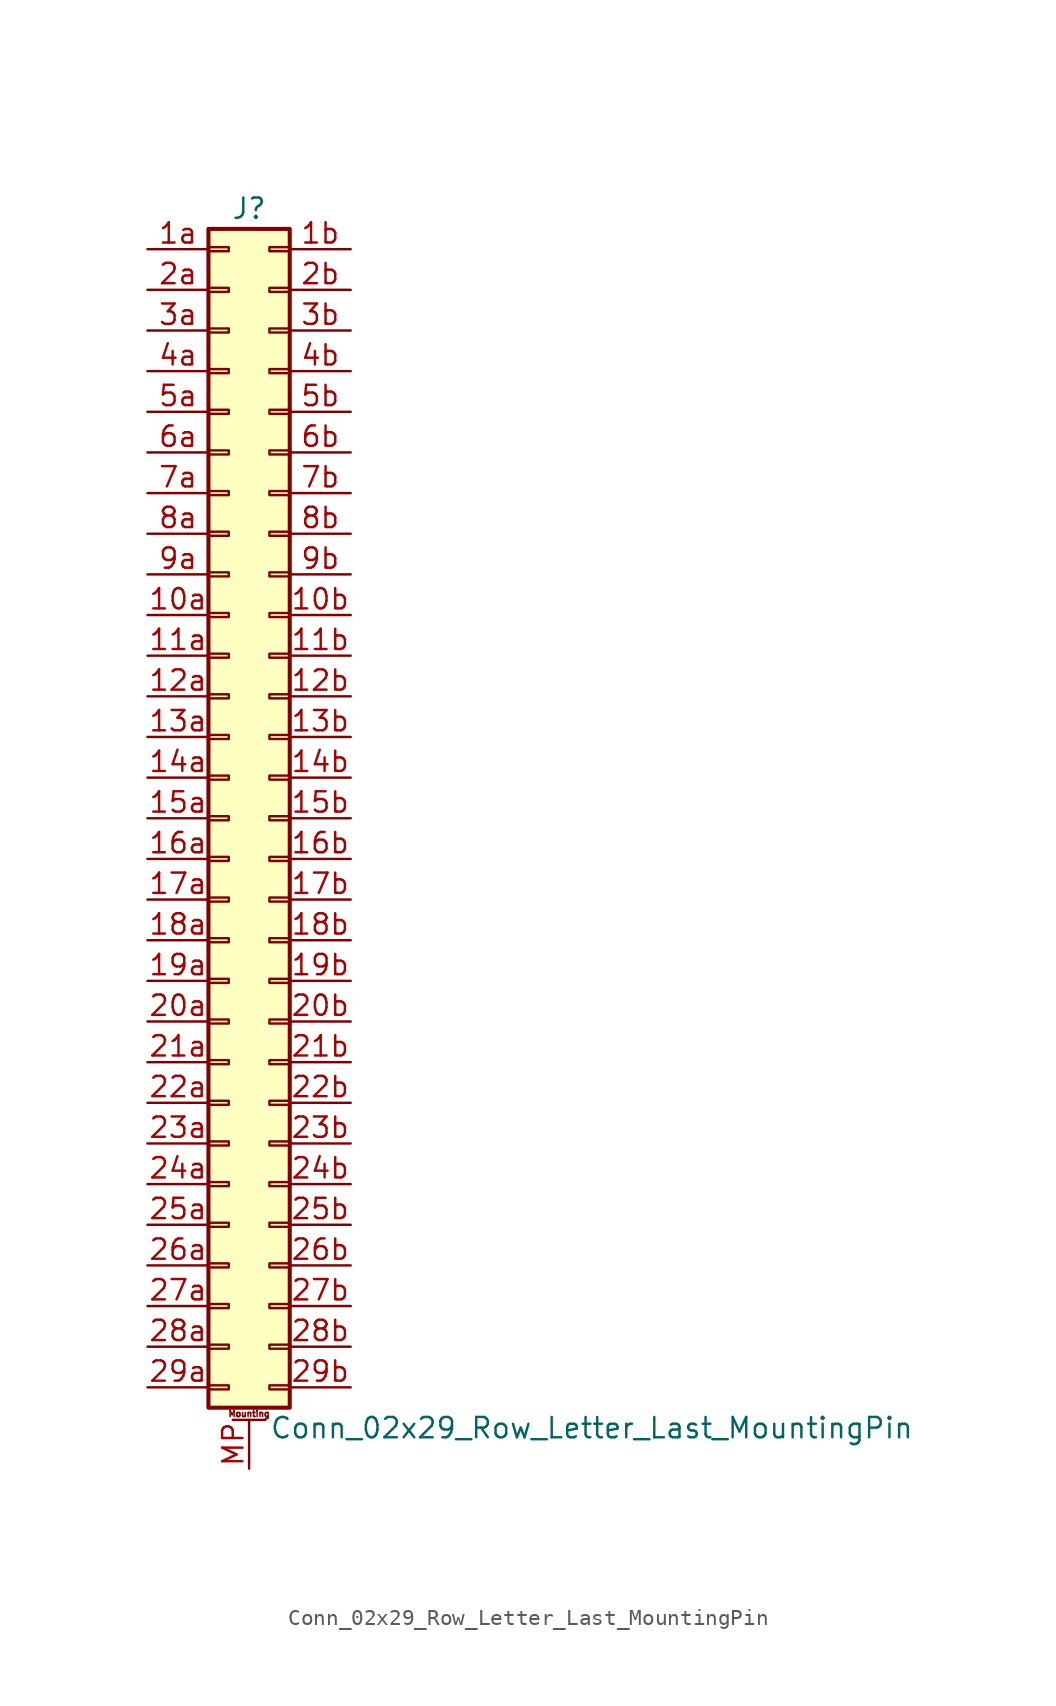
<source format=kicad_sym>
(kicad_symbol_lib
  (version 20201005)
  (generator kicad_symbol_editor)
  (symbol "Connector_Generic_MountingPin:Conn_02x29_Row_Letter_Last_MountingPin"
    (pin_names
      (offset 1.016) hide)
    (property "Reference" "J"
      (at 1.27 38.1 0)
      (effects (font (size 1.27 1.27))))
    (property "Value" "Conn_02x29_Row_Letter_Last_MountingPin"
      (at 2.54 -38.1 0)
      (effects (font (size 1.27 1.27)) (justify left)))
    (symbol "Conn_02x29_Row_Letter_Last_MountingPin_1_1"
      (text "Mounting" (at 1.27 -37.211 0) (effects (font (size 0.381 0.381))))
      (rectangle (start -1.27 -27.813) (end 0 -28.067) (stroke (width 0.152)) (fill (type none)))
      (rectangle (start -1.27 -30.353) (end 0 -30.607) (stroke (width 0.152)) (fill (type none)))
      (rectangle (start -1.27 -32.893) (end 0 -33.147) (stroke (width 0.152)) (fill (type none)))
      (rectangle (start -1.27 -35.433) (end 0 -35.687) (stroke (width 0.152)) (fill (type none)))
      (rectangle (start -1.27 -4.953) (end 0 -5.207) (stroke (width 0.152)) (fill (type none)))
      (rectangle (start -1.27 -7.493) (end 0 -7.747) (stroke (width 0.152)) (fill (type none)))
      (rectangle (start -1.27 -10.033) (end 0 -10.287) (stroke (width 0.152)) (fill (type none)))
      (rectangle (start -1.27 -12.573) (end 0 -12.827) (stroke (width 0.152)) (fill (type none)))
      (rectangle (start -1.27 -15.113) (end 0 -15.367) (stroke (width 0.152)) (fill (type none)))
      (rectangle (start -1.27 -17.653) (end 0 -17.907) (stroke (width 0.152)) (fill (type none)))
      (rectangle (start -1.27 -20.193) (end 0 -20.447) (stroke (width 0.152)) (fill (type none)))
      (rectangle (start -1.27 -22.733) (end 0 -22.987) (stroke (width 0.152)) (fill (type none)))
      (rectangle (start -1.27 -2.413) (end 0 -2.667) (stroke (width 0.152)) (fill (type none)))
      (rectangle (start -1.27 -25.273) (end 0 -25.527) (stroke (width 0.152)) (fill (type none)))
      (rectangle (start -1.27 25.527) (end 0 25.273) (stroke (width 0.152)) (fill (type none)))
      (rectangle (start -1.27 2.667) (end 0 2.413) (stroke (width 0.152)) (fill (type none)))
      (rectangle (start -1.27 28.067) (end 0 27.813) (stroke (width 0.152)) (fill (type none)))
      (rectangle (start -1.27 30.607) (end 0 30.353) (stroke (width 0.152)) (fill (type none)))
      (rectangle (start -1.27 33.147) (end 0 32.893) (stroke (width 0.152)) (fill (type none)))
      (rectangle (start -1.27 35.687) (end 0 35.433) (stroke (width 0.152)) (fill (type none)))
      (rectangle (start -1.27 36.83) (end 3.81 -36.83) (stroke (width 0.254)) (fill (type background)))
      (rectangle (start -1.27 5.207) (end 0 4.953) (stroke (width 0.152)) (fill (type none)))
      (rectangle (start -1.27 7.747) (end 0 7.493) (stroke (width 0.152)) (fill (type none)))
      (rectangle (start -1.27 10.287) (end 0 10.033) (stroke (width 0.152)) (fill (type none)))
      (rectangle (start -1.27 0.127) (end 0 -0.127) (stroke (width 0.152)) (fill (type none)))
      (rectangle (start -1.27 12.827) (end 0 12.573) (stroke (width 0.152)) (fill (type none)))
      (rectangle (start -1.27 15.367) (end 0 15.113) (stroke (width 0.152)) (fill (type none)))
      (rectangle (start -1.27 17.907) (end 0 17.653) (stroke (width 0.152)) (fill (type none)))
      (rectangle (start -1.27 20.447) (end 0 20.193) (stroke (width 0.152)) (fill (type none)))
      (rectangle (start -1.27 22.987) (end 0 22.733) (stroke (width 0.152)) (fill (type none)))
      (rectangle (start 3.81 -27.813) (end 2.54 -28.067) (stroke (width 0.152)) (fill (type none)))
      (rectangle (start 3.81 -30.353) (end 2.54 -30.607) (stroke (width 0.152)) (fill (type none)))
      (rectangle (start 3.81 -32.893) (end 2.54 -33.147) (stroke (width 0.152)) (fill (type none)))
      (rectangle (start 3.81 -35.433) (end 2.54 -35.687) (stroke (width 0.152)) (fill (type none)))
      (rectangle (start 3.81 -4.953) (end 2.54 -5.207) (stroke (width 0.152)) (fill (type none)))
      (rectangle (start 3.81 -7.493) (end 2.54 -7.747) (stroke (width 0.152)) (fill (type none)))
      (rectangle (start 3.81 -10.033) (end 2.54 -10.287) (stroke (width 0.152)) (fill (type none)))
      (rectangle (start 3.81 -12.573) (end 2.54 -12.827) (stroke (width 0.152)) (fill (type none)))
      (rectangle (start 3.81 -15.113) (end 2.54 -15.367) (stroke (width 0.152)) (fill (type none)))
      (rectangle (start 3.81 -17.653) (end 2.54 -17.907) (stroke (width 0.152)) (fill (type none)))
      (rectangle (start 3.81 -20.193) (end 2.54 -20.447) (stroke (width 0.152)) (fill (type none)))
      (rectangle (start 3.81 -22.733) (end 2.54 -22.987) (stroke (width 0.152)) (fill (type none)))
      (rectangle (start 3.81 -2.413) (end 2.54 -2.667) (stroke (width 0.152)) (fill (type none)))
      (rectangle (start 3.81 -25.273) (end 2.54 -25.527) (stroke (width 0.152)) (fill (type none)))
      (rectangle (start 3.81 25.527) (end 2.54 25.273) (stroke (width 0.152)) (fill (type none)))
      (rectangle (start 3.81 2.667) (end 2.54 2.413) (stroke (width 0.152)) (fill (type none)))
      (rectangle (start 3.81 28.067) (end 2.54 27.813) (stroke (width 0.152)) (fill (type none)))
      (rectangle (start 3.81 30.607) (end 2.54 30.353) (stroke (width 0.152)) (fill (type none)))
      (rectangle (start 3.81 33.147) (end 2.54 32.893) (stroke (width 0.152)) (fill (type none)))
      (rectangle (start 3.81 35.687) (end 2.54 35.433) (stroke (width 0.152)) (fill (type none)))
      (rectangle (start 3.81 5.207) (end 2.54 4.953) (stroke (width 0.152)) (fill (type none)))
      (rectangle (start 3.81 7.747) (end 2.54 7.493) (stroke (width 0.152)) (fill (type none)))
      (rectangle (start 3.81 10.287) (end 2.54 10.033) (stroke (width 0.152)) (fill (type none)))
      (rectangle (start 3.81 0.127) (end 2.54 -0.127) (stroke (width 0.152)) (fill (type none)))
      (rectangle (start 3.81 12.827) (end 2.54 12.573) (stroke (width 0.152)) (fill (type none)))
      (rectangle (start 3.81 15.367) (end 2.54 15.113) (stroke (width 0.152)) (fill (type none)))
      (rectangle (start 3.81 17.907) (end 2.54 17.653) (stroke (width 0.152)) (fill (type none)))
      (rectangle (start 3.81 20.447) (end 2.54 20.193) (stroke (width 0.152)) (fill (type none)))
      (rectangle (start 3.81 22.987) (end 2.54 22.733) (stroke (width 0.152)) (fill (type none)))
      (polyline (pts (xy 0.254 -37.592) (xy 2.286 -37.592)) (stroke (width 0.152)) (fill (type none)))
      (pin passive line (at 1.27 -40.64 90) (length 3.048) (name "MountPin" (effects (font (size 1.27 1.27)))) (number "MP" (effects (font (size 1.27 1.27)))))
      (pin passive line (at -5.08 12.7 0) (length 3.81) (name "Pin_10a" (effects (font (size 1.27 1.27)))) (number "10a" (effects (font (size 1.27 1.27)))))
      (pin passive line (at 7.62 12.7 180) (length 3.81) (name "Pin_10b" (effects (font (size 1.27 1.27)))) (number "10b" (effects (font (size 1.27 1.27)))))
      (pin passive line (at -5.08 10.16 0) (length 3.81) (name "Pin_11a" (effects (font (size 1.27 1.27)))) (number "11a" (effects (font (size 1.27 1.27)))))
      (pin passive line (at 7.62 10.16 180) (length 3.81) (name "Pin_11b" (effects (font (size 1.27 1.27)))) (number "11b" (effects (font (size 1.27 1.27)))))
      (pin passive line (at -5.08 7.62 0) (length 3.81) (name "Pin_12a" (effects (font (size 1.27 1.27)))) (number "12a" (effects (font (size 1.27 1.27)))))
      (pin passive line (at 7.62 7.62 180) (length 3.81) (name "Pin_12b" (effects (font (size 1.27 1.27)))) (number "12b" (effects (font (size 1.27 1.27)))))
      (pin passive line (at -5.08 5.08 0) (length 3.81) (name "Pin_13a" (effects (font (size 1.27 1.27)))) (number "13a" (effects (font (size 1.27 1.27)))))
      (pin passive line (at 7.62 5.08 180) (length 3.81) (name "Pin_13b" (effects (font (size 1.27 1.27)))) (number "13b" (effects (font (size 1.27 1.27)))))
      (pin passive line (at -5.08 2.54 0) (length 3.81) (name "Pin_14a" (effects (font (size 1.27 1.27)))) (number "14a" (effects (font (size 1.27 1.27)))))
      (pin passive line (at 7.62 2.54 180) (length 3.81) (name "Pin_14b" (effects (font (size 1.27 1.27)))) (number "14b" (effects (font (size 1.27 1.27)))))
      (pin passive line (at -5.08 0 0) (length 3.81) (name "Pin_15a" (effects (font (size 1.27 1.27)))) (number "15a" (effects (font (size 1.27 1.27)))))
      (pin passive line (at 7.62 0 180) (length 3.81) (name "Pin_15b" (effects (font (size 1.27 1.27)))) (number "15b" (effects (font (size 1.27 1.27)))))
      (pin passive line (at -5.08 -2.54 0) (length 3.81) (name "Pin_16a" (effects (font (size 1.27 1.27)))) (number "16a" (effects (font (size 1.27 1.27)))))
      (pin passive line (at 7.62 -2.54 180) (length 3.81) (name "Pin_16b" (effects (font (size 1.27 1.27)))) (number "16b" (effects (font (size 1.27 1.27)))))
      (pin passive line (at -5.08 -5.08 0) (length 3.81) (name "Pin_17a" (effects (font (size 1.27 1.27)))) (number "17a" (effects (font (size 1.27 1.27)))))
      (pin passive line (at 7.62 -5.08 180) (length 3.81) (name "Pin_17b" (effects (font (size 1.27 1.27)))) (number "17b" (effects (font (size 1.27 1.27)))))
      (pin passive line (at -5.08 -7.62 0) (length 3.81) (name "Pin_18a" (effects (font (size 1.27 1.27)))) (number "18a" (effects (font (size 1.27 1.27)))))
      (pin passive line (at 7.62 -7.62 180) (length 3.81) (name "Pin_18b" (effects (font (size 1.27 1.27)))) (number "18b" (effects (font (size 1.27 1.27)))))
      (pin passive line (at -5.08 -10.16 0) (length 3.81) (name "Pin_19a" (effects (font (size 1.27 1.27)))) (number "19a" (effects (font (size 1.27 1.27)))))
      (pin passive line (at 7.62 -10.16 180) (length 3.81) (name "Pin_19b" (effects (font (size 1.27 1.27)))) (number "19b" (effects (font (size 1.27 1.27)))))
      (pin passive line (at -5.08 35.56 0) (length 3.81) (name "Pin_1a" (effects (font (size 1.27 1.27)))) (number "1a" (effects (font (size 1.27 1.27)))))
      (pin passive line (at 7.62 35.56 180) (length 3.81) (name "Pin_1b" (effects (font (size 1.27 1.27)))) (number "1b" (effects (font (size 1.27 1.27)))))
      (pin passive line (at -5.08 -12.7 0) (length 3.81) (name "Pin_20a" (effects (font (size 1.27 1.27)))) (number "20a" (effects (font (size 1.27 1.27)))))
      (pin passive line (at 7.62 -12.7 180) (length 3.81) (name "Pin_20b" (effects (font (size 1.27 1.27)))) (number "20b" (effects (font (size 1.27 1.27)))))
      (pin passive line (at -5.08 -15.24 0) (length 3.81) (name "Pin_21a" (effects (font (size 1.27 1.27)))) (number "21a" (effects (font (size 1.27 1.27)))))
      (pin passive line (at 7.62 -15.24 180) (length 3.81) (name "Pin_21b" (effects (font (size 1.27 1.27)))) (number "21b" (effects (font (size 1.27 1.27)))))
      (pin passive line (at -5.08 -17.78 0) (length 3.81) (name "Pin_22a" (effects (font (size 1.27 1.27)))) (number "22a" (effects (font (size 1.27 1.27)))))
      (pin passive line (at 7.62 -17.78 180) (length 3.81) (name "Pin_22b" (effects (font (size 1.27 1.27)))) (number "22b" (effects (font (size 1.27 1.27)))))
      (pin passive line (at -5.08 -20.32 0) (length 3.81) (name "Pin_23a" (effects (font (size 1.27 1.27)))) (number "23a" (effects (font (size 1.27 1.27)))))
      (pin passive line (at 7.62 -20.32 180) (length 3.81) (name "Pin_23b" (effects (font (size 1.27 1.27)))) (number "23b" (effects (font (size 1.27 1.27)))))
      (pin passive line (at -5.08 -22.86 0) (length 3.81) (name "Pin_24a" (effects (font (size 1.27 1.27)))) (number "24a" (effects (font (size 1.27 1.27)))))
      (pin passive line (at 7.62 -22.86 180) (length 3.81) (name "Pin_24b" (effects (font (size 1.27 1.27)))) (number "24b" (effects (font (size 1.27 1.27)))))
      (pin passive line (at -5.08 -25.4 0) (length 3.81) (name "Pin_25a" (effects (font (size 1.27 1.27)))) (number "25a" (effects (font (size 1.27 1.27)))))
      (pin passive line (at 7.62 -25.4 180) (length 3.81) (name "Pin_25b" (effects (font (size 1.27 1.27)))) (number "25b" (effects (font (size 1.27 1.27)))))
      (pin passive line (at -5.08 -27.94 0) (length 3.81) (name "Pin_26a" (effects (font (size 1.27 1.27)))) (number "26a" (effects (font (size 1.27 1.27)))))
      (pin passive line (at 7.62 -27.94 180) (length 3.81) (name "Pin_26b" (effects (font (size 1.27 1.27)))) (number "26b" (effects (font (size 1.27 1.27)))))
      (pin passive line (at -5.08 -30.48 0) (length 3.81) (name "Pin_27a" (effects (font (size 1.27 1.27)))) (number "27a" (effects (font (size 1.27 1.27)))))
      (pin passive line (at 7.62 -30.48 180) (length 3.81) (name "Pin_27b" (effects (font (size 1.27 1.27)))) (number "27b" (effects (font (size 1.27 1.27)))))
      (pin passive line (at -5.08 -33.02 0) (length 3.81) (name "Pin_28a" (effects (font (size 1.27 1.27)))) (number "28a" (effects (font (size 1.27 1.27)))))
      (pin passive line (at 7.62 -33.02 180) (length 3.81) (name "Pin_28b" (effects (font (size 1.27 1.27)))) (number "28b" (effects (font (size 1.27 1.27)))))
      (pin passive line (at -5.08 -35.56 0) (length 3.81) (name "Pin_29a" (effects (font (size 1.27 1.27)))) (number "29a" (effects (font (size 1.27 1.27)))))
      (pin passive line (at 7.62 -35.56 180) (length 3.81) (name "Pin_29b" (effects (font (size 1.27 1.27)))) (number "29b" (effects (font (size 1.27 1.27)))))
      (pin passive line (at -5.08 33.02 0) (length 3.81) (name "Pin_2a" (effects (font (size 1.27 1.27)))) (number "2a" (effects (font (size 1.27 1.27)))))
      (pin passive line (at 7.62 33.02 180) (length 3.81) (name "Pin_2b" (effects (font (size 1.27 1.27)))) (number "2b" (effects (font (size 1.27 1.27)))))
      (pin passive line (at -5.08 30.48 0) (length 3.81) (name "Pin_3a" (effects (font (size 1.27 1.27)))) (number "3a" (effects (font (size 1.27 1.27)))))
      (pin passive line (at 7.62 30.48 180) (length 3.81) (name "Pin_3b" (effects (font (size 1.27 1.27)))) (number "3b" (effects (font (size 1.27 1.27)))))
      (pin passive line (at -5.08 27.94 0) (length 3.81) (name "Pin_4a" (effects (font (size 1.27 1.27)))) (number "4a" (effects (font (size 1.27 1.27)))))
      (pin passive line (at 7.62 27.94 180) (length 3.81) (name "Pin_4b" (effects (font (size 1.27 1.27)))) (number "4b" (effects (font (size 1.27 1.27)))))
      (pin passive line (at -5.08 25.4 0) (length 3.81) (name "Pin_5a" (effects (font (size 1.27 1.27)))) (number "5a" (effects (font (size 1.27 1.27)))))
      (pin passive line (at 7.62 25.4 180) (length 3.81) (name "Pin_5b" (effects (font (size 1.27 1.27)))) (number "5b" (effects (font (size 1.27 1.27)))))
      (pin passive line (at -5.08 22.86 0) (length 3.81) (name "Pin_6a" (effects (font (size 1.27 1.27)))) (number "6a" (effects (font (size 1.27 1.27)))))
      (pin passive line (at 7.62 22.86 180) (length 3.81) (name "Pin_6b" (effects (font (size 1.27 1.27)))) (number "6b" (effects (font (size 1.27 1.27)))))
      (pin passive line (at -5.08 20.32 0) (length 3.81) (name "Pin_7a" (effects (font (size 1.27 1.27)))) (number "7a" (effects (font (size 1.27 1.27)))))
      (pin passive line (at 7.62 20.32 180) (length 3.81) (name "Pin_7b" (effects (font (size 1.27 1.27)))) (number "7b" (effects (font (size 1.27 1.27)))))
      (pin passive line (at -5.08 17.78 0) (length 3.81) (name "Pin_8a" (effects (font (size 1.27 1.27)))) (number "8a" (effects (font (size 1.27 1.27)))))
      (pin passive line (at 7.62 17.78 180) (length 3.81) (name "Pin_8b" (effects (font (size 1.27 1.27)))) (number "8b" (effects (font (size 1.27 1.27)))))
      (pin passive line (at -5.08 15.24 0) (length 3.81) (name "Pin_9a" (effects (font (size 1.27 1.27)))) (number "9a" (effects (font (size 1.27 1.27)))))
      (pin passive line (at 7.62 15.24 180) (length 3.81) (name "Pin_9b" (effects (font (size 1.27 1.27)))) (number "9b" (effects (font (size 1.27 1.27))))))))
</source>
